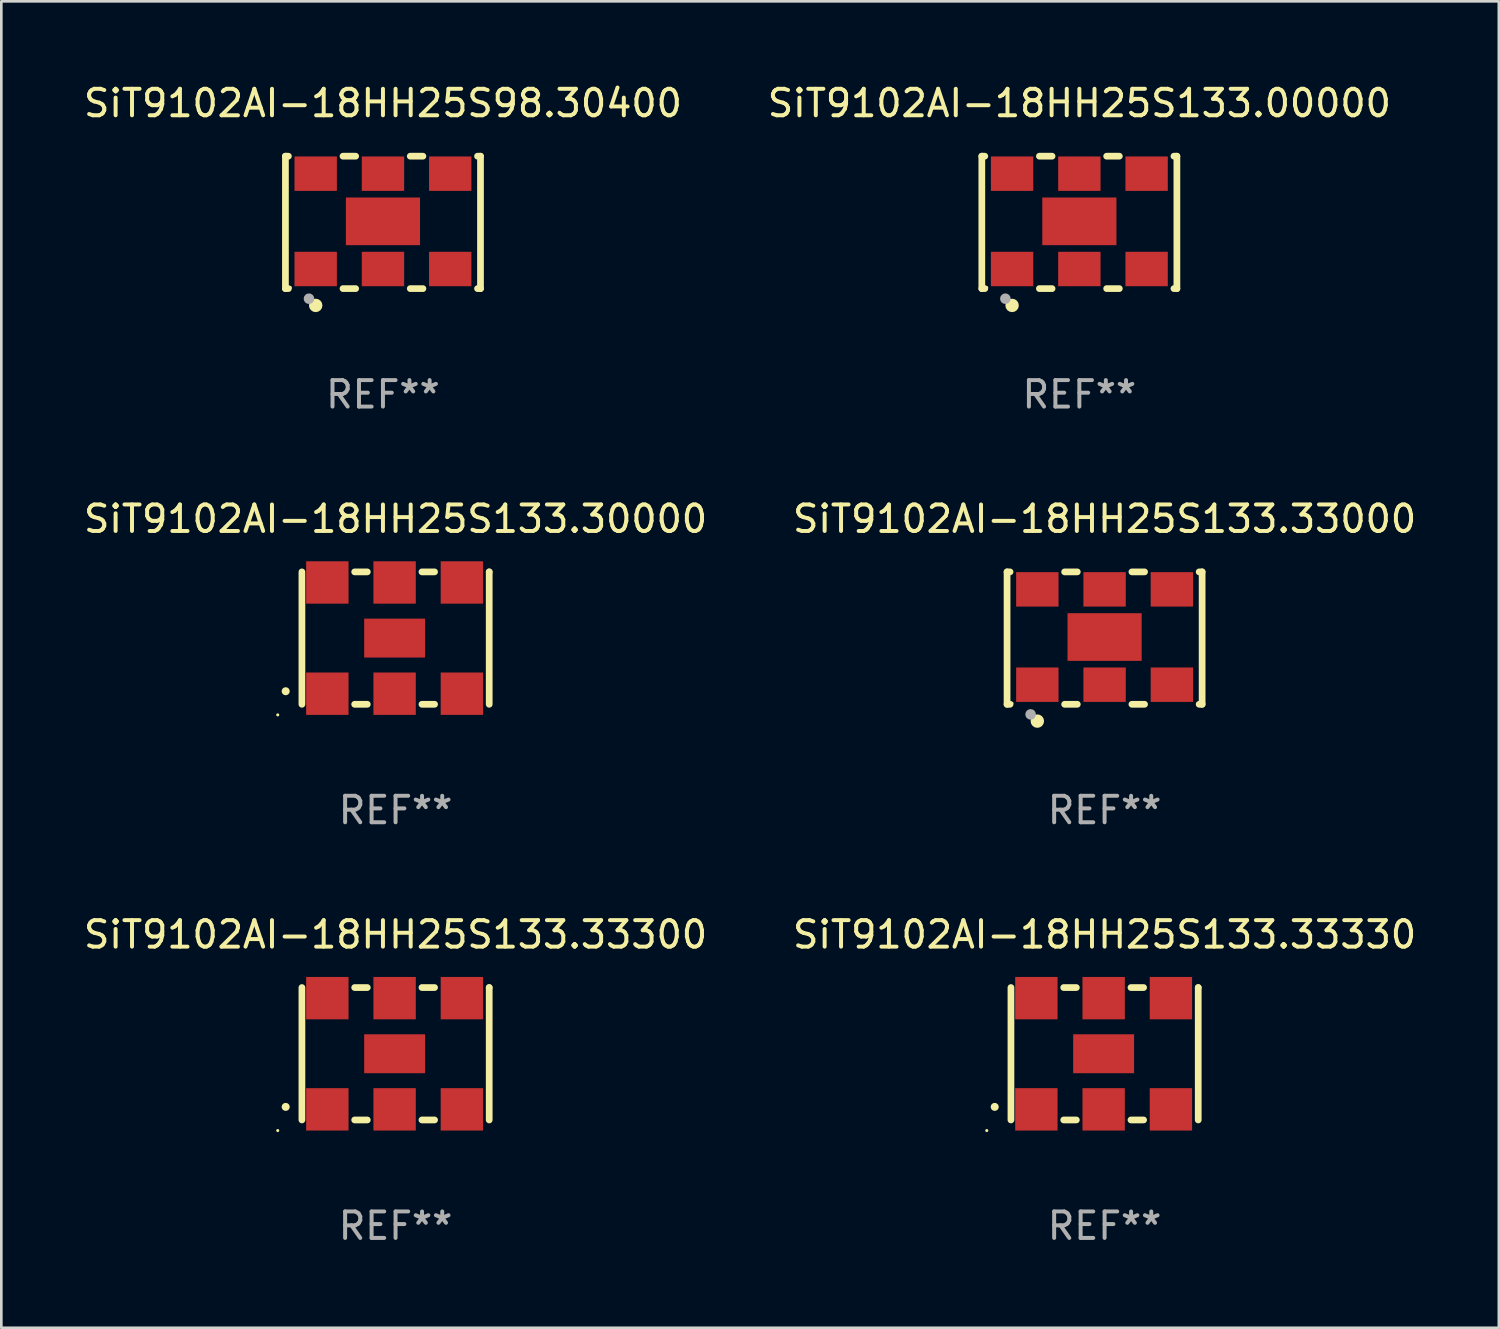
<source format=kicad_pcb>
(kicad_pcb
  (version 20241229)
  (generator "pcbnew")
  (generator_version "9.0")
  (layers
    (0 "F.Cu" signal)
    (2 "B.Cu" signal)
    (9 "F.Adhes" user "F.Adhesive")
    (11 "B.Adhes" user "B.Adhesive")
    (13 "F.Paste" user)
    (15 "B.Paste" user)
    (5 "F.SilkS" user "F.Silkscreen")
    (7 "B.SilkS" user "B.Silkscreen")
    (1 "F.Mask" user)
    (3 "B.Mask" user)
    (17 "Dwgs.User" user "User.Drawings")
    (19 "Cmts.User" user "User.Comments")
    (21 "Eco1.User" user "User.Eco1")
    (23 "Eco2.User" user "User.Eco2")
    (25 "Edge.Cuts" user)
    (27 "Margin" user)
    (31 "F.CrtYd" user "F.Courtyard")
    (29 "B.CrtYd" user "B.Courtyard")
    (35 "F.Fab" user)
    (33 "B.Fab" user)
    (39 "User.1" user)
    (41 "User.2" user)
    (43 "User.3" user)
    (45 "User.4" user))
  (footprint "SiT9102AI-18HH25S98.30400"
    (layer "F.Cu")
    (at 11.411 5.348)
    (property "Reference" "SiT9102AI-18HH25S98.30400" (at 0 -4.5 0) (layer "F.SilkS") (effects (font (size 1 1) (thickness 0.15))))
    (attr through_hole)
    (fp_line (start -3.683 -2.5) (end -3.571 -2.5) (stroke (width 0.254) (type solid)) (layer "F.SilkS"))
    (fp_line (start -3.683 2.5) (end -3.683 -2.5) (stroke (width 0.254) (type solid)) (layer "F.SilkS"))
    (fp_line (start -3.683 2.5) (end -3.571 2.5) (stroke (width 0.254) (type solid)) (layer "F.SilkS"))
    (fp_line (start -1.509 -2.5) (end -1.031 -2.5) (stroke (width 0.254) (type solid)) (layer "F.SilkS"))
    (fp_line (start -1.509 2.5) (end -1.031 2.5) (stroke (width 0.254) (type solid)) (layer "F.SilkS"))
    (fp_line (start 1.031 -2.5) (end 1.509 -2.5) (stroke (width 0.254) (type solid)) (layer "F.SilkS"))
    (fp_line (start 1.031 2.5) (end 1.509 2.5) (stroke (width 0.254) (type solid)) (layer "F.SilkS"))
    (fp_line (start 3.571 -2.5) (end 3.683 -2.5) (stroke (width 0.254) (type solid)) (layer "F.SilkS"))
    (fp_line (start 3.571 2.5) (end 3.683 2.5) (stroke (width 0.254) (type solid)) (layer "F.SilkS"))
    (fp_line (start 3.683 2.5) (end 3.683 -2.5) (stroke (width 0.254) (type solid)) (layer "F.SilkS"))
    (fp_circle (center -3.5 2.46) (end -3.47 2.46) (stroke (width 0.06) (type solid)) (fill no) (layer "F.SilkS"))
    (fp_circle (center -2.54 3.135) (end -2.413 3.135) (stroke (width 0.254) (type solid)) (fill no) (layer "F.SilkS"))
    (fp_circle (center -2.794 2.881) (end -2.694 2.881) (stroke (width 0.2) (type solid)) (fill no) (layer "F.Fab"))
    (fp_text user "REF**" (at 0 6.5 0) (layer "F.Fab") (effects (font (size 1 1) (thickness 0.15))))
    (pad "1" smd rect (at -2.54 1.76) (size 1.6 1.3) (layers "F.Cu" "F.Mask" "F.Paste"))
    (pad "2" smd rect (at 0 1.76) (size 1.6 1.3) (layers "F.Cu" "F.Mask" "F.Paste"))
    (pad "3" smd rect (at 2.54 1.76) (size 1.6 1.3) (layers "F.Cu" "F.Mask" "F.Paste"))
    (pad "4" smd rect (at 2.54 -1.84) (size 1.6 1.3) (layers "F.Cu" "F.Mask" "F.Paste"))
    (pad "5" smd rect (at 0 -1.84) (size 1.6 1.3) (layers "F.Cu" "F.Mask" "F.Paste"))
    (pad "6" smd rect (at -2.54 -1.84) (size 1.6 1.3) (layers "F.Cu" "F.Mask" "F.Paste"))
    (pad "7" smd rect (at 0 -0.04) (size 2.8 1.8) (layers "F.Cu" "F.Mask" "F.Paste")))
  (footprint "SiT9102AI-18HH25S133.33000"
    (layer "F.Cu")
    (at 38.661 21.045)
    (property "Reference" "SiT9102AI-18HH25S133.33000" (at 0 -4.5 0) (layer "F.SilkS") (effects (font (size 1 1) (thickness 0.15))))
    (attr through_hole)
    (fp_line (start -3.683 -2.5) (end -3.571 -2.5) (stroke (width 0.254) (type solid)) (layer "F.SilkS"))
    (fp_line (start -3.683 2.5) (end -3.683 -2.5) (stroke (width 0.254) (type solid)) (layer "F.SilkS"))
    (fp_line (start -3.683 2.5) (end -3.571 2.5) (stroke (width 0.254) (type solid)) (layer "F.SilkS"))
    (fp_line (start -1.509 -2.5) (end -1.031 -2.5) (stroke (width 0.254) (type solid)) (layer "F.SilkS"))
    (fp_line (start -1.509 2.5) (end -1.031 2.5) (stroke (width 0.254) (type solid)) (layer "F.SilkS"))
    (fp_line (start 1.031 -2.5) (end 1.509 -2.5) (stroke (width 0.254) (type solid)) (layer "F.SilkS"))
    (fp_line (start 1.031 2.5) (end 1.509 2.5) (stroke (width 0.254) (type solid)) (layer "F.SilkS"))
    (fp_line (start 3.571 -2.5) (end 3.683 -2.5) (stroke (width 0.254) (type solid)) (layer "F.SilkS"))
    (fp_line (start 3.571 2.5) (end 3.683 2.5) (stroke (width 0.254) (type solid)) (layer "F.SilkS"))
    (fp_line (start 3.683 2.5) (end 3.683 -2.5) (stroke (width 0.254) (type solid)) (layer "F.SilkS"))
    (fp_circle (center -3.5 2.46) (end -3.47 2.46) (stroke (width 0.06) (type solid)) (fill no) (layer "F.SilkS"))
    (fp_circle (center -2.54 3.135) (end -2.413 3.135) (stroke (width 0.254) (type solid)) (fill no) (layer "F.SilkS"))
    (fp_circle (center -2.794 2.881) (end -2.694 2.881) (stroke (width 0.2) (type solid)) (fill no) (layer "F.Fab"))
    (fp_text user "REF**" (at 0 6.5 0) (layer "F.Fab") (effects (font (size 1 1) (thickness 0.15))))
    (pad "1" smd rect (at -2.54 1.76) (size 1.6 1.3) (layers "F.Cu" "F.Mask" "F.Paste"))
    (pad "2" smd rect (at 0 1.76) (size 1.6 1.3) (layers "F.Cu" "F.Mask" "F.Paste"))
    (pad "3" smd rect (at 2.54 1.76) (size 1.6 1.3) (layers "F.Cu" "F.Mask" "F.Paste"))
    (pad "4" smd rect (at 2.54 -1.84) (size 1.6 1.3) (layers "F.Cu" "F.Mask" "F.Paste"))
    (pad "5" smd rect (at 0 -1.84) (size 1.6 1.3) (layers "F.Cu" "F.Mask" "F.Paste"))
    (pad "6" smd rect (at -2.54 -1.84) (size 1.6 1.3) (layers "F.Cu" "F.Mask" "F.Paste"))
    (pad "7" smd rect (at 0 -0.04) (size 2.8 1.8) (layers "F.Cu" "F.Mask" "F.Paste")))
  (footprint "SiT9102AI-18HH25S133.33330"
    (layer "F.Cu")
    (at 38.661 36.741)
    (property "Reference" "SiT9102AI-18HH25S133.33330" (at 0 -4.5 0) (layer "F.SilkS") (effects (font (size 1 1) (thickness 0.15))))
    (attr through_hole)
    (fp_line (start -3.536 -2.5) (end -3.536 2.5) (stroke (width 0.254) (type solid)) (layer "F.SilkS"))
    (fp_line (start -1.544 2.5) (end -1.067 2.5) (stroke (width 0.254) (type solid)) (layer "F.SilkS"))
    (fp_line (start -1.067 -2.5) (end -1.544 -2.5) (stroke (width 0.254) (type solid)) (layer "F.SilkS"))
    (fp_line (start 0.996 2.5) (end 1.473 2.5) (stroke (width 0.254) (type solid)) (layer "F.SilkS"))
    (fp_line (start 1.473 -2.5) (end 0.996 -2.5) (stroke (width 0.254) (type solid)) (layer "F.SilkS"))
    (fp_line (start 3.536 -2.5) (end 3.536 -2.5) (stroke (width 0.254) (type solid)) (layer "F.SilkS"))
    (fp_line (start 3.536 2.5) (end 3.536 -2.5) (stroke (width 0.254) (type solid)) (layer "F.SilkS"))
    (fp_arc (start -4.150432 2.006604) (mid -4.149162 2.006599) (end -4.147892 2.006604) (stroke (width 0.3) (type solid)) (layer "F.SilkS"))
    (fp_circle (center -4.449 2.9) (end -4.419 2.9) (stroke (width 0.06) (type solid)) (fill no) (layer "F.SilkS"))
    (fp_text user "REF**" (at 0 6.5 0) (layer "F.Fab") (effects (font (size 1 1) (thickness 0.15))))
    (pad "1" smd rect (at -2.576 2.1) (size 1.6 1.6) (layers "F.Cu" "F.Mask" "F.Paste"))
    (pad "2" smd rect (at -0.036 2.1) (size 1.6 1.6) (layers "F.Cu" "F.Mask" "F.Paste"))
    (pad "3" smd rect (at 2.504 2.1) (size 1.6 1.6) (layers "F.Cu" "F.Mask" "F.Paste"))
    (pad "4" smd rect (at 2.504 -2.1) (size 1.6 1.6) (layers "F.Cu" "F.Mask" "F.Paste"))
    (pad "5" smd rect (at -0.036 -2.1) (size 1.6 1.6) (layers "F.Cu" "F.Mask" "F.Paste"))
    (pad "6" smd rect (at -2.576 -2.1) (size 1.6 1.6) (layers "F.Cu" "F.Mask" "F.Paste"))
    (pad "7" smd rect (at -0.036 0) (size 2.3 1.47) (layers "F.Cu" "F.Mask" "F.Paste")))
  (footprint "SiT9102AI-18HH25S133.00000"
    (layer "F.Cu")
    (at 37.708 5.348)
    (property "Reference" "SiT9102AI-18HH25S133.00000" (at 0 -4.5 0) (layer "F.SilkS") (effects (font (size 1 1) (thickness 0.15))))
    (attr through_hole)
    (fp_line (start -3.683 -2.5) (end -3.571 -2.5) (stroke (width 0.254) (type solid)) (layer "F.SilkS"))
    (fp_line (start -3.683 2.5) (end -3.683 -2.5) (stroke (width 0.254) (type solid)) (layer "F.SilkS"))
    (fp_line (start -3.683 2.5) (end -3.571 2.5) (stroke (width 0.254) (type solid)) (layer "F.SilkS"))
    (fp_line (start -1.509 -2.5) (end -1.031 -2.5) (stroke (width 0.254) (type solid)) (layer "F.SilkS"))
    (fp_line (start -1.509 2.5) (end -1.031 2.5) (stroke (width 0.254) (type solid)) (layer "F.SilkS"))
    (fp_line (start 1.031 -2.5) (end 1.509 -2.5) (stroke (width 0.254) (type solid)) (layer "F.SilkS"))
    (fp_line (start 1.031 2.5) (end 1.509 2.5) (stroke (width 0.254) (type solid)) (layer "F.SilkS"))
    (fp_line (start 3.571 -2.5) (end 3.683 -2.5) (stroke (width 0.254) (type solid)) (layer "F.SilkS"))
    (fp_line (start 3.571 2.5) (end 3.683 2.5) (stroke (width 0.254) (type solid)) (layer "F.SilkS"))
    (fp_line (start 3.683 2.5) (end 3.683 -2.5) (stroke (width 0.254) (type solid)) (layer "F.SilkS"))
    (fp_circle (center -3.5 2.46) (end -3.47 2.46) (stroke (width 0.06) (type solid)) (fill no) (layer "F.SilkS"))
    (fp_circle (center -2.54 3.135) (end -2.413 3.135) (stroke (width 0.254) (type solid)) (fill no) (layer "F.SilkS"))
    (fp_circle (center -2.794 2.881) (end -2.694 2.881) (stroke (width 0.2) (type solid)) (fill no) (layer "F.Fab"))
    (fp_text user "REF**" (at 0 6.5 0) (layer "F.Fab") (effects (font (size 1 1) (thickness 0.15))))
    (pad "1" smd rect (at -2.54 1.76) (size 1.6 1.3) (layers "F.Cu" "F.Mask" "F.Paste"))
    (pad "2" smd rect (at 0 1.76) (size 1.6 1.3) (layers "F.Cu" "F.Mask" "F.Paste"))
    (pad "3" smd rect (at 2.54 1.76) (size 1.6 1.3) (layers "F.Cu" "F.Mask" "F.Paste"))
    (pad "4" smd rect (at 2.54 -1.84) (size 1.6 1.3) (layers "F.Cu" "F.Mask" "F.Paste"))
    (pad "5" smd rect (at 0 -1.84) (size 1.6 1.3) (layers "F.Cu" "F.Mask" "F.Paste"))
    (pad "6" smd rect (at -2.54 -1.84) (size 1.6 1.3) (layers "F.Cu" "F.Mask" "F.Paste"))
    (pad "7" smd rect (at 0 -0.04) (size 2.8 1.8) (layers "F.Cu" "F.Mask" "F.Paste")))
  (footprint "SiT9102AI-18HH25S133.30000"
    (layer "F.Cu")
    (at 11.887 21.045)
    (property "Reference" "SiT9102AI-18HH25S133.30000" (at 0 -4.5 0) (layer "F.SilkS") (effects (font (size 1 1) (thickness 0.15))))
    (attr through_hole)
    (fp_line (start -3.536 -2.5) (end -3.536 2.5) (stroke (width 0.254) (type solid)) (layer "F.SilkS"))
    (fp_line (start -1.544 2.5) (end -1.067 2.5) (stroke (width 0.254) (type solid)) (layer "F.SilkS"))
    (fp_line (start -1.067 -2.5) (end -1.544 -2.5) (stroke (width 0.254) (type solid)) (layer "F.SilkS"))
    (fp_line (start 0.996 2.5) (end 1.473 2.5) (stroke (width 0.254) (type solid)) (layer "F.SilkS"))
    (fp_line (start 1.473 -2.5) (end 0.996 -2.5) (stroke (width 0.254) (type solid)) (layer "F.SilkS"))
    (fp_line (start 3.536 -2.5) (end 3.536 -2.5) (stroke (width 0.254) (type solid)) (layer "F.SilkS"))
    (fp_line (start 3.536 2.5) (end 3.536 -2.5) (stroke (width 0.254) (type solid)) (layer "F.SilkS"))
    (fp_arc (start -4.150432 2.006604) (mid -4.149162 2.006599) (end -4.147892 2.006604) (stroke (width 0.3) (type solid)) (layer "F.SilkS"))
    (fp_circle (center -4.449 2.9) (end -4.419 2.9) (stroke (width 0.06) (type solid)) (fill no) (layer "F.SilkS"))
    (fp_text user "REF**" (at 0 6.5 0) (layer "F.Fab") (effects (font (size 1 1) (thickness 0.15))))
    (pad "1" smd rect (at -2.576 2.1) (size 1.6 1.6) (layers "F.Cu" "F.Mask" "F.Paste"))
    (pad "2" smd rect (at -0.036 2.1) (size 1.6 1.6) (layers "F.Cu" "F.Mask" "F.Paste"))
    (pad "3" smd rect (at 2.504 2.1) (size 1.6 1.6) (layers "F.Cu" "F.Mask" "F.Paste"))
    (pad "4" smd rect (at 2.504 -2.1) (size 1.6 1.6) (layers "F.Cu" "F.Mask" "F.Paste"))
    (pad "5" smd rect (at -0.036 -2.1) (size 1.6 1.6) (layers "F.Cu" "F.Mask" "F.Paste"))
    (pad "6" smd rect (at -2.576 -2.1) (size 1.6 1.6) (layers "F.Cu" "F.Mask" "F.Paste"))
    (pad "7" smd rect (at -0.036 0) (size 2.3 1.47) (layers "F.Cu" "F.Mask" "F.Paste")))
  (footprint "SiT9102AI-18HH25S133.33300"
    (layer "F.Cu")
    (at 11.887 36.741)
    (property "Reference" "SiT9102AI-18HH25S133.33300" (at 0 -4.5 0) (layer "F.SilkS") (effects (font (size 1 1) (thickness 0.15))))
    (attr through_hole)
    (fp_line (start -3.536 -2.5) (end -3.536 2.5) (stroke (width 0.254) (type solid)) (layer "F.SilkS"))
    (fp_line (start -1.544 2.5) (end -1.067 2.5) (stroke (width 0.254) (type solid)) (layer "F.SilkS"))
    (fp_line (start -1.067 -2.5) (end -1.544 -2.5) (stroke (width 0.254) (type solid)) (layer "F.SilkS"))
    (fp_line (start 0.996 2.5) (end 1.473 2.5) (stroke (width 0.254) (type solid)) (layer "F.SilkS"))
    (fp_line (start 1.473 -2.5) (end 0.996 -2.5) (stroke (width 0.254) (type solid)) (layer "F.SilkS"))
    (fp_line (start 3.536 -2.5) (end 3.536 -2.5) (stroke (width 0.254) (type solid)) (layer "F.SilkS"))
    (fp_line (start 3.536 2.5) (end 3.536 -2.5) (stroke (width 0.254) (type solid)) (layer "F.SilkS"))
    (fp_arc (start -4.150432 2.006604) (mid -4.149162 2.006599) (end -4.147892 2.006604) (stroke (width 0.3) (type solid)) (layer "F.SilkS"))
    (fp_circle (center -4.449 2.9) (end -4.419 2.9) (stroke (width 0.06) (type solid)) (fill no) (layer "F.SilkS"))
    (fp_text user "REF**" (at 0 6.5 0) (layer "F.Fab") (effects (font (size 1 1) (thickness 0.15))))
    (pad "1" smd rect (at -2.576 2.1) (size 1.6 1.6) (layers "F.Cu" "F.Mask" "F.Paste"))
    (pad "2" smd rect (at -0.036 2.1) (size 1.6 1.6) (layers "F.Cu" "F.Mask" "F.Paste"))
    (pad "3" smd rect (at 2.504 2.1) (size 1.6 1.6) (layers "F.Cu" "F.Mask" "F.Paste"))
    (pad "4" smd rect (at 2.504 -2.1) (size 1.6 1.6) (layers "F.Cu" "F.Mask" "F.Paste"))
    (pad "5" smd rect (at -0.036 -2.1) (size 1.6 1.6) (layers "F.Cu" "F.Mask" "F.Paste"))
    (pad "6" smd rect (at -2.576 -2.1) (size 1.6 1.6) (layers "F.Cu" "F.Mask" "F.Paste"))
    (pad "7" smd rect (at -0.036 0) (size 2.3 1.47) (layers "F.Cu" "F.Mask" "F.Paste")))
  (gr_rect
    (start -3 -3)
    (end 53.548 47.09)
    (stroke (width 0.1) (type default))
    (fill no)
    (layer "Edge.Cuts")))
</source>
